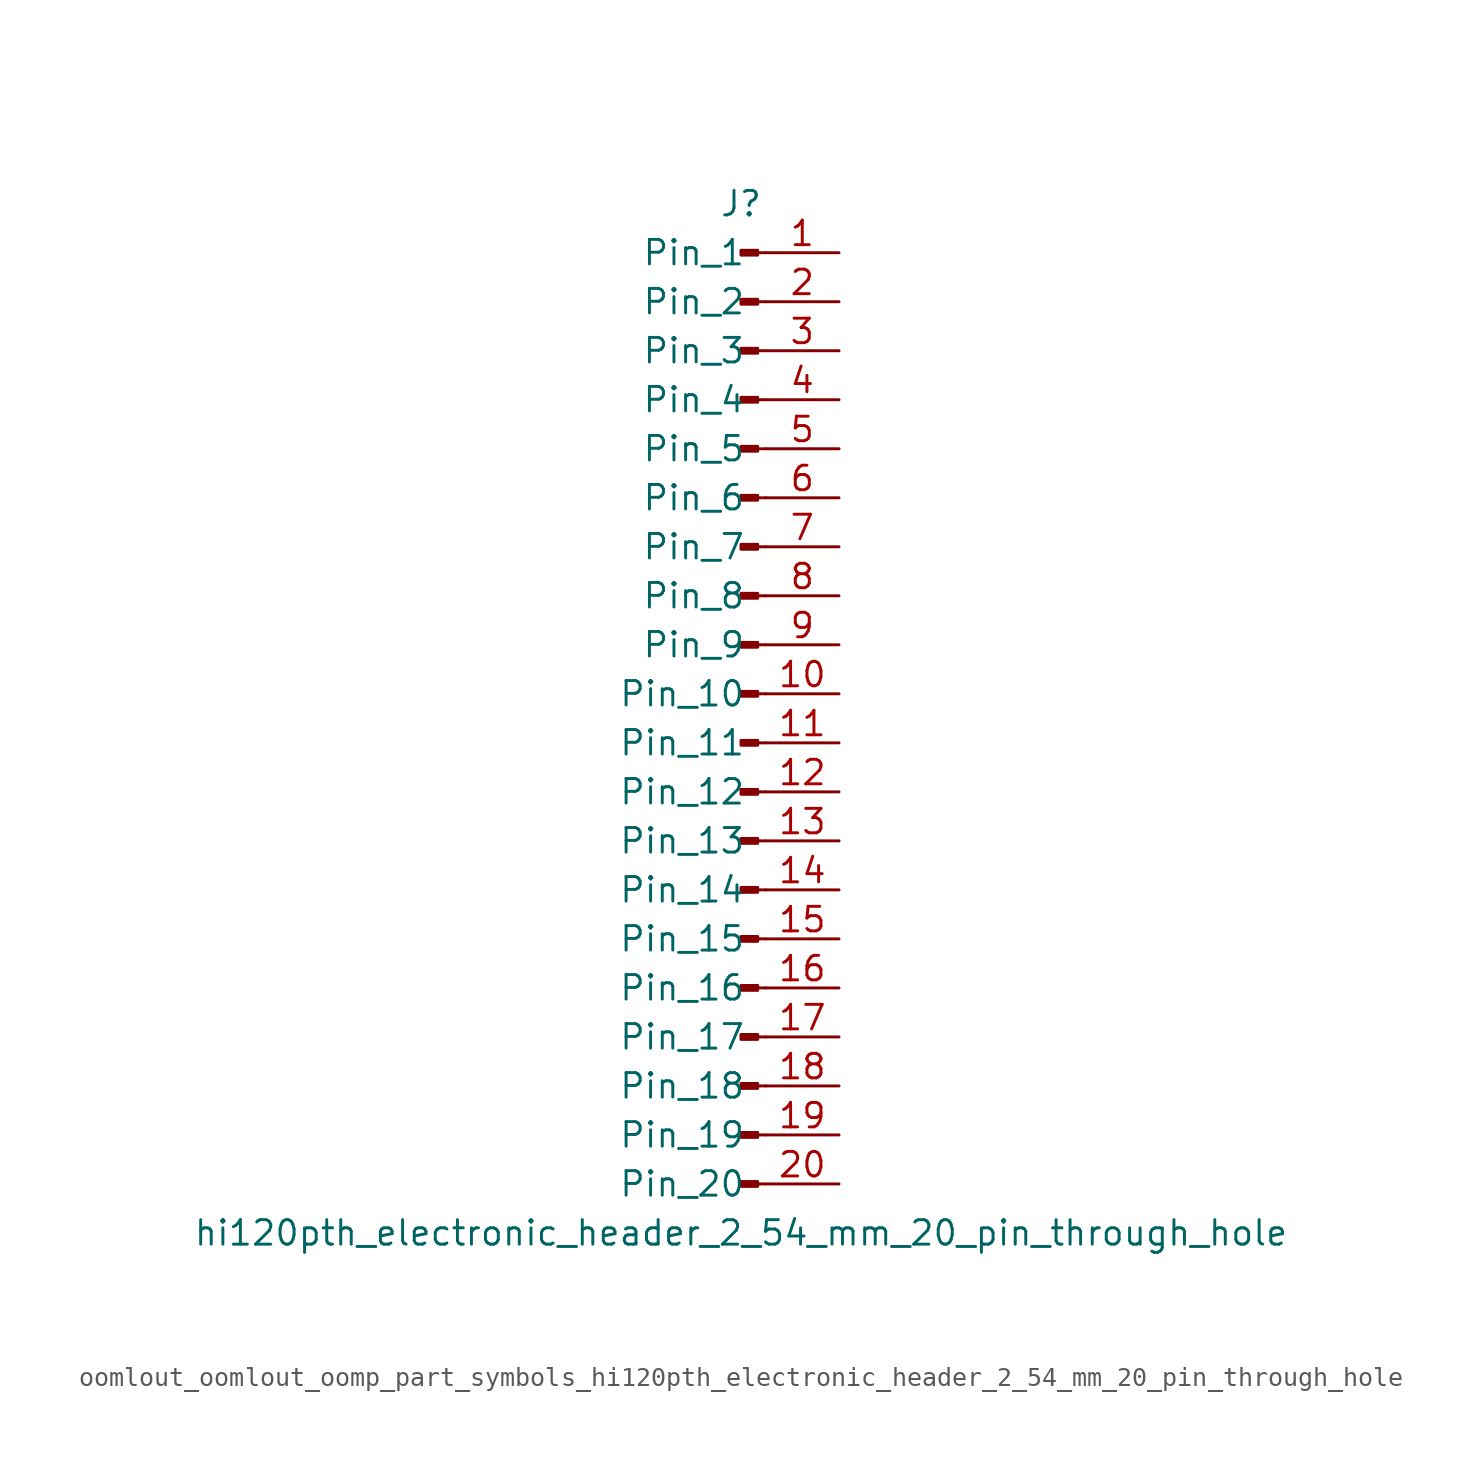
<source format=kicad_sym>
(kicad_symbol_lib
  (version 20220914)
  (generator kicad_symbol_editor)
  (symbol "oomlout_oomlout_oomp_part_symbols_hi120pth_electronic_header_2_54_mm_20_pin_through_hole"
    (pin_names
      (offset 1.016))
    (property "Reference" "J"
      (at 0 25.4 0)
      (effects (font (size 1.27 1.27))))
    (property "Value" "hi120pth_electronic_header_2_54_mm_20_pin_through_hole"
      (at 0 -27.94 0)
      (effects (font (size 1.27 1.27))))
    (property "ki_locked" ""
      (at 0 0 0)
      (effects (font (size 1.27 1.27))))
    (symbol "oomlout_oomlout_oomp_part_symbols_hi120pth_electronic_header_2_54_mm_20_pin_through_hole_1_1"
      (polyline (pts (xy 1.27 -25.4) (xy 0.864 -25.4)) (stroke (width 0.152) (type default)) (fill (type none)))
      (polyline (pts (xy 1.27 -22.86) (xy 0.864 -22.86)) (stroke (width 0.152) (type default)) (fill (type none)))
      (polyline (pts (xy 1.27 -20.32) (xy 0.864 -20.32)) (stroke (width 0.152) (type default)) (fill (type none)))
      (polyline (pts (xy 1.27 -17.78) (xy 0.864 -17.78)) (stroke (width 0.152) (type default)) (fill (type none)))
      (polyline (pts (xy 1.27 -15.24) (xy 0.864 -15.24)) (stroke (width 0.152) (type default)) (fill (type none)))
      (polyline (pts (xy 1.27 -12.7) (xy 0.864 -12.7)) (stroke (width 0.152) (type default)) (fill (type none)))
      (polyline (pts (xy 1.27 -10.16) (xy 0.864 -10.16)) (stroke (width 0.152) (type default)) (fill (type none)))
      (polyline (pts (xy 1.27 -7.62) (xy 0.864 -7.62)) (stroke (width 0.152) (type default)) (fill (type none)))
      (polyline (pts (xy 1.27 -5.08) (xy 0.864 -5.08)) (stroke (width 0.152) (type default)) (fill (type none)))
      (polyline (pts (xy 1.27 -2.54) (xy 0.864 -2.54)) (stroke (width 0.152) (type default)) (fill (type none)))
      (polyline (pts (xy 1.27 0) (xy 0.864 0)) (stroke (width 0.152) (type default)) (fill (type none)))
      (polyline (pts (xy 1.27 2.54) (xy 0.864 2.54)) (stroke (width 0.152) (type default)) (fill (type none)))
      (polyline (pts (xy 1.27 5.08) (xy 0.864 5.08)) (stroke (width 0.152) (type default)) (fill (type none)))
      (polyline (pts (xy 1.27 7.62) (xy 0.864 7.62)) (stroke (width 0.152) (type default)) (fill (type none)))
      (polyline (pts (xy 1.27 10.16) (xy 0.864 10.16)) (stroke (width 0.152) (type default)) (fill (type none)))
      (polyline (pts (xy 1.27 12.7) (xy 0.864 12.7)) (stroke (width 0.152) (type default)) (fill (type none)))
      (polyline (pts (xy 1.27 15.24) (xy 0.864 15.24)) (stroke (width 0.152) (type default)) (fill (type none)))
      (polyline (pts (xy 1.27 17.78) (xy 0.864 17.78)) (stroke (width 0.152) (type default)) (fill (type none)))
      (polyline (pts (xy 1.27 20.32) (xy 0.864 20.32)) (stroke (width 0.152) (type default)) (fill (type none)))
      (polyline (pts (xy 1.27 22.86) (xy 0.864 22.86)) (stroke (width 0.152) (type default)) (fill (type none)))
      (rectangle (start 0.864 -25.273) (end 0 -25.527) (stroke (width 0.152) (type default)) (fill (type outline)))
      (rectangle (start 0.864 -22.733) (end 0 -22.987) (stroke (width 0.152) (type default)) (fill (type outline)))
      (rectangle (start 0.864 -20.193) (end 0 -20.447) (stroke (width 0.152) (type default)) (fill (type outline)))
      (rectangle (start 0.864 -17.653) (end 0 -17.907) (stroke (width 0.152) (type default)) (fill (type outline)))
      (rectangle (start 0.864 -15.113) (end 0 -15.367) (stroke (width 0.152) (type default)) (fill (type outline)))
      (rectangle (start 0.864 -12.573) (end 0 -12.827) (stroke (width 0.152) (type default)) (fill (type outline)))
      (rectangle (start 0.864 -10.033) (end 0 -10.287) (stroke (width 0.152) (type default)) (fill (type outline)))
      (rectangle (start 0.864 -7.493) (end 0 -7.747) (stroke (width 0.152) (type default)) (fill (type outline)))
      (rectangle (start 0.864 -4.953) (end 0 -5.207) (stroke (width 0.152) (type default)) (fill (type outline)))
      (rectangle (start 0.864 -2.413) (end 0 -2.667) (stroke (width 0.152) (type default)) (fill (type outline)))
      (rectangle (start 0.864 0.127) (end 0 -0.127) (stroke (width 0.152) (type default)) (fill (type outline)))
      (rectangle (start 0.864 2.667) (end 0 2.413) (stroke (width 0.152) (type default)) (fill (type outline)))
      (rectangle (start 0.864 5.207) (end 0 4.953) (stroke (width 0.152) (type default)) (fill (type outline)))
      (rectangle (start 0.864 7.747) (end 0 7.493) (stroke (width 0.152) (type default)) (fill (type outline)))
      (rectangle (start 0.864 10.287) (end 0 10.033) (stroke (width 0.152) (type default)) (fill (type outline)))
      (rectangle (start 0.864 12.827) (end 0 12.573) (stroke (width 0.152) (type default)) (fill (type outline)))
      (rectangle (start 0.864 15.367) (end 0 15.113) (stroke (width 0.152) (type default)) (fill (type outline)))
      (rectangle (start 0.864 17.907) (end 0 17.653) (stroke (width 0.152) (type default)) (fill (type outline)))
      (rectangle (start 0.864 20.447) (end 0 20.193) (stroke (width 0.152) (type default)) (fill (type outline)))
      (rectangle (start 0.864 22.987) (end 0 22.733) (stroke (width 0.152) (type default)) (fill (type outline)))
      (pin passive line (at 5.08 22.86 180) (length 3.81) (name "Pin_1" (effects (font (size 1.27 1.27)))) (number "1" (effects (font (size 1.27 1.27)))))
      (pin passive line (at 5.08 0 180) (length 3.81) (name "Pin_10" (effects (font (size 1.27 1.27)))) (number "10" (effects (font (size 1.27 1.27)))))
      (pin passive line (at 5.08 -2.54 180) (length 3.81) (name "Pin_11" (effects (font (size 1.27 1.27)))) (number "11" (effects (font (size 1.27 1.27)))))
      (pin passive line (at 5.08 -5.08 180) (length 3.81) (name "Pin_12" (effects (font (size 1.27 1.27)))) (number "12" (effects (font (size 1.27 1.27)))))
      (pin passive line (at 5.08 -7.62 180) (length 3.81) (name "Pin_13" (effects (font (size 1.27 1.27)))) (number "13" (effects (font (size 1.27 1.27)))))
      (pin passive line (at 5.08 -10.16 180) (length 3.81) (name "Pin_14" (effects (font (size 1.27 1.27)))) (number "14" (effects (font (size 1.27 1.27)))))
      (pin passive line (at 5.08 -12.7 180) (length 3.81) (name "Pin_15" (effects (font (size 1.27 1.27)))) (number "15" (effects (font (size 1.27 1.27)))))
      (pin passive line (at 5.08 -15.24 180) (length 3.81) (name "Pin_16" (effects (font (size 1.27 1.27)))) (number "16" (effects (font (size 1.27 1.27)))))
      (pin passive line (at 5.08 -17.78 180) (length 3.81) (name "Pin_17" (effects (font (size 1.27 1.27)))) (number "17" (effects (font (size 1.27 1.27)))))
      (pin passive line (at 5.08 -20.32 180) (length 3.81) (name "Pin_18" (effects (font (size 1.27 1.27)))) (number "18" (effects (font (size 1.27 1.27)))))
      (pin passive line (at 5.08 -22.86 180) (length 3.81) (name "Pin_19" (effects (font (size 1.27 1.27)))) (number "19" (effects (font (size 1.27 1.27)))))
      (pin passive line (at 5.08 20.32 180) (length 3.81) (name "Pin_2" (effects (font (size 1.27 1.27)))) (number "2" (effects (font (size 1.27 1.27)))))
      (pin passive line (at 5.08 -25.4 180) (length 3.81) (name "Pin_20" (effects (font (size 1.27 1.27)))) (number "20" (effects (font (size 1.27 1.27)))))
      (pin passive line (at 5.08 17.78 180) (length 3.81) (name "Pin_3" (effects (font (size 1.27 1.27)))) (number "3" (effects (font (size 1.27 1.27)))))
      (pin passive line (at 5.08 15.24 180) (length 3.81) (name "Pin_4" (effects (font (size 1.27 1.27)))) (number "4" (effects (font (size 1.27 1.27)))))
      (pin passive line (at 5.08 12.7 180) (length 3.81) (name "Pin_5" (effects (font (size 1.27 1.27)))) (number "5" (effects (font (size 1.27 1.27)))))
      (pin passive line (at 5.08 10.16 180) (length 3.81) (name "Pin_6" (effects (font (size 1.27 1.27)))) (number "6" (effects (font (size 1.27 1.27)))))
      (pin passive line (at 5.08 7.62 180) (length 3.81) (name "Pin_7" (effects (font (size 1.27 1.27)))) (number "7" (effects (font (size 1.27 1.27)))))
      (pin passive line (at 5.08 5.08 180) (length 3.81) (name "Pin_8" (effects (font (size 1.27 1.27)))) (number "8" (effects (font (size 1.27 1.27)))))
      (pin passive line (at 5.08 2.54 180) (length 3.81) (name "Pin_9" (effects (font (size 1.27 1.27)))) (number "9" (effects (font (size 1.27 1.27))))))))
</source>
